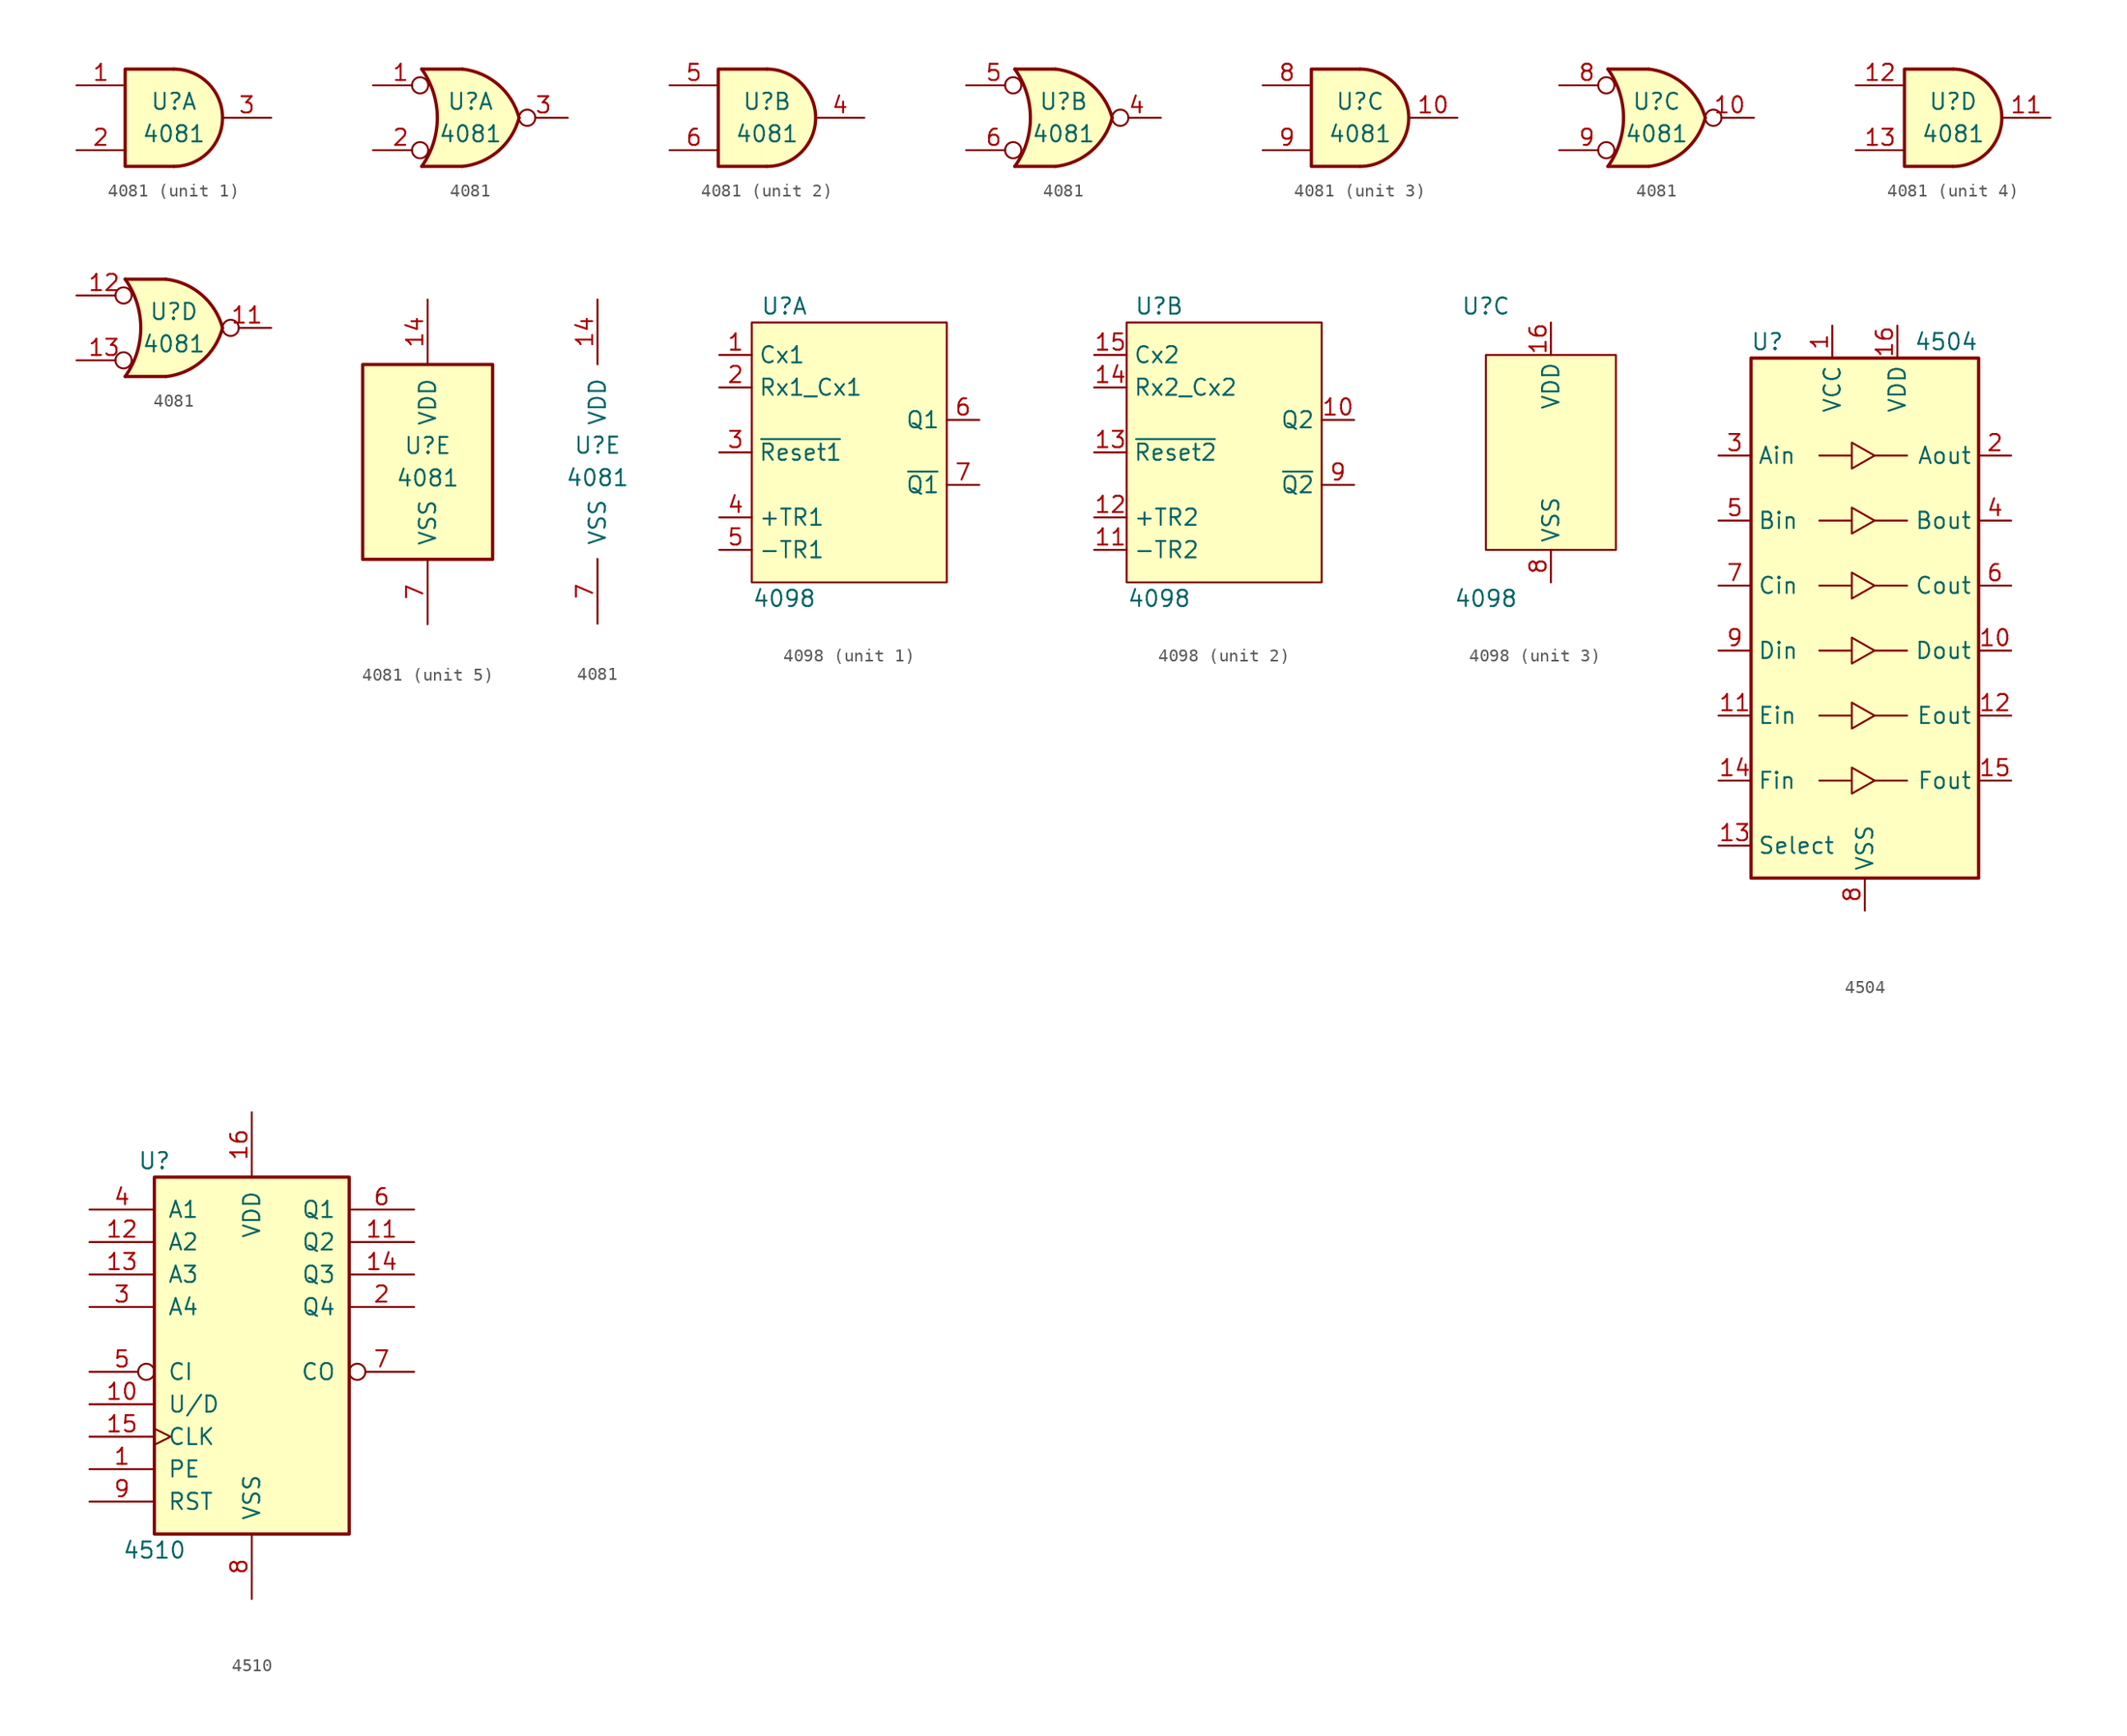
<source format=kicad_sym>
(kicad_symbol_lib
  (version 20201005)
  (generator kicad_symbol_editor)
  (symbol "4xxx:4081"
    (pin_names
      (offset 1.016))
    (property "Reference" "U"
      (at 0 1.27 0)
      (effects (font (size 1.27 1.27))))
    (property "Value" "4081"
      (at 0 -1.27 0)
      (effects (font (size 1.27 1.27))))
    (property "ki_locked" ""
      (at 0 0 0)
      (effects (font (size 1.27 1.27))))
    (symbol "4081_1_1"
      (arc (start 0 -3.81) (end 0 3.81) (radius (at 0 0) (length 3.81) (angles -89.9 89.9)) (stroke (width 0.254)) (fill (type background)))
      (polyline (pts (xy 0 3.81) (xy -3.81 3.81) (xy -3.81 -3.81) (xy 0 -3.81)) (stroke (width 0.254)) (fill (type background)))
      (pin input line (at -7.62 2.54 0) (length 3.81) (name "~" (effects (font (size 1.27 1.27)))) (number "1" (effects (font (size 1.27 1.27)))))
      (pin input line (at -7.62 -2.54 0) (length 3.81) (name "~" (effects (font (size 1.27 1.27)))) (number "2" (effects (font (size 1.27 1.27)))))
      (pin output line (at 7.62 0 180) (length 3.81) (name "~" (effects (font (size 1.27 1.27)))) (number "3" (effects (font (size 1.27 1.27))))))
    (symbol "4081_1_2"
      (arc (start -3.81 3.81) (end -3.81 -3.81) (radius (at -9.144 0) (length 6.5532) (angles 35.4 -35.4)) (stroke (width 0.254)) (fill (type none)))
      (arc (start 3.81 0) (end -0.6096 3.81) (radius (at -1.1938 -1.3208) (length 5.1816) (angles 15 83.7)) (stroke (width 0.254)) (fill (type background)))
      (arc (start 3.81 0) (end -0.6096 -3.81) (radius (at -1.1938 1.3208) (length 5.1816) (angles -15 -83.7)) (stroke (width 0.254)) (fill (type background)))
      (polyline (pts (xy -3.81 -3.81) (xy -0.635 -3.81)) (stroke (width 0.254)) (fill (type background)))
      (polyline (pts (xy -3.81 3.81) (xy -0.635 3.81)) (stroke (width 0.254)) (fill (type background)))
      (polyline (pts (xy -0.635 3.81) (xy -3.81 3.81) (xy -3.81 3.81) (xy -3.556 3.404) (xy -3.023 2.261) (xy -2.692 1.041) (xy -2.616 -0.254) (xy -2.769 -1.499) (xy -3.175 -2.718) (xy -3.81 -3.81) (xy -3.81 -3.81) (xy -0.635 -3.81)) (stroke (width -25.4)) (fill (type background)))
      (pin input inverted (at -7.62 2.54 0) (length 4.318) (name "~" (effects (font (size 1.27 1.27)))) (number "1" (effects (font (size 1.27 1.27)))))
      (pin input inverted (at -7.62 -2.54 0) (length 4.318) (name "~" (effects (font (size 1.27 1.27)))) (number "2" (effects (font (size 1.27 1.27)))))
      (pin output inverted (at 7.62 0 180) (length 3.81) (name "~" (effects (font (size 1.27 1.27)))) (number "3" (effects (font (size 1.27 1.27))))))
    (symbol "4081_2_1"
      (arc (start 0 -3.81) (end 0 3.81) (radius (at 0 0) (length 3.81) (angles -89.9 89.9)) (stroke (width 0.254)) (fill (type background)))
      (polyline (pts (xy 0 3.81) (xy -3.81 3.81) (xy -3.81 -3.81) (xy 0 -3.81)) (stroke (width 0.254)) (fill (type background)))
      (pin output line (at 7.62 0 180) (length 3.81) (name "~" (effects (font (size 1.27 1.27)))) (number "4" (effects (font (size 1.27 1.27)))))
      (pin input line (at -7.62 2.54 0) (length 3.81) (name "~" (effects (font (size 1.27 1.27)))) (number "5" (effects (font (size 1.27 1.27)))))
      (pin input line (at -7.62 -2.54 0) (length 3.81) (name "~" (effects (font (size 1.27 1.27)))) (number "6" (effects (font (size 1.27 1.27))))))
    (symbol "4081_2_2"
      (arc (start -3.81 3.81) (end -3.81 -3.81) (radius (at -9.144 0) (length 6.5532) (angles 35.4 -35.4)) (stroke (width 0.254)) (fill (type none)))
      (arc (start 3.81 0) (end -0.6096 3.81) (radius (at -1.1938 -1.3208) (length 5.1816) (angles 15 83.7)) (stroke (width 0.254)) (fill (type background)))
      (arc (start 3.81 0) (end -0.6096 -3.81) (radius (at -1.1938 1.3208) (length 5.1816) (angles -15 -83.7)) (stroke (width 0.254)) (fill (type background)))
      (polyline (pts (xy -3.81 -3.81) (xy -0.635 -3.81)) (stroke (width 0.254)) (fill (type background)))
      (polyline (pts (xy -3.81 3.81) (xy -0.635 3.81)) (stroke (width 0.254)) (fill (type background)))
      (polyline (pts (xy -0.635 3.81) (xy -3.81 3.81) (xy -3.81 3.81) (xy -3.556 3.404) (xy -3.023 2.261) (xy -2.692 1.041) (xy -2.616 -0.254) (xy -2.769 -1.499) (xy -3.175 -2.718) (xy -3.81 -3.81) (xy -3.81 -3.81) (xy -0.635 -3.81)) (stroke (width -25.4)) (fill (type background)))
      (pin output inverted (at 7.62 0 180) (length 3.81) (name "~" (effects (font (size 1.27 1.27)))) (number "4" (effects (font (size 1.27 1.27)))))
      (pin input inverted (at -7.62 2.54 0) (length 4.318) (name "~" (effects (font (size 1.27 1.27)))) (number "5" (effects (font (size 1.27 1.27)))))
      (pin input inverted (at -7.62 -2.54 0) (length 4.318) (name "~" (effects (font (size 1.27 1.27)))) (number "6" (effects (font (size 1.27 1.27))))))
    (symbol "4081_3_1"
      (arc (start 0 -3.81) (end 0 3.81) (radius (at 0 0) (length 3.81) (angles -89.9 89.9)) (stroke (width 0.254)) (fill (type background)))
      (polyline (pts (xy 0 3.81) (xy -3.81 3.81) (xy -3.81 -3.81) (xy 0 -3.81)) (stroke (width 0.254)) (fill (type background)))
      (pin output line (at 7.62 0 180) (length 3.81) (name "~" (effects (font (size 1.27 1.27)))) (number "10" (effects (font (size 1.27 1.27)))))
      (pin input line (at -7.62 2.54 0) (length 3.81) (name "~" (effects (font (size 1.27 1.27)))) (number "8" (effects (font (size 1.27 1.27)))))
      (pin input line (at -7.62 -2.54 0) (length 3.81) (name "~" (effects (font (size 1.27 1.27)))) (number "9" (effects (font (size 1.27 1.27))))))
    (symbol "4081_3_2"
      (arc (start -3.81 3.81) (end -3.81 -3.81) (radius (at -9.144 0) (length 6.5532) (angles 35.4 -35.4)) (stroke (width 0.254)) (fill (type none)))
      (arc (start 3.81 0) (end -0.6096 3.81) (radius (at -1.1938 -1.3208) (length 5.1816) (angles 15 83.7)) (stroke (width 0.254)) (fill (type background)))
      (arc (start 3.81 0) (end -0.6096 -3.81) (radius (at -1.1938 1.3208) (length 5.1816) (angles -15 -83.7)) (stroke (width 0.254)) (fill (type background)))
      (polyline (pts (xy -3.81 -3.81) (xy -0.635 -3.81)) (stroke (width 0.254)) (fill (type background)))
      (polyline (pts (xy -3.81 3.81) (xy -0.635 3.81)) (stroke (width 0.254)) (fill (type background)))
      (polyline (pts (xy -0.635 3.81) (xy -3.81 3.81) (xy -3.81 3.81) (xy -3.556 3.404) (xy -3.023 2.261) (xy -2.692 1.041) (xy -2.616 -0.254) (xy -2.769 -1.499) (xy -3.175 -2.718) (xy -3.81 -3.81) (xy -3.81 -3.81) (xy -0.635 -3.81)) (stroke (width -25.4)) (fill (type background)))
      (pin output inverted (at 7.62 0 180) (length 3.81) (name "~" (effects (font (size 1.27 1.27)))) (number "10" (effects (font (size 1.27 1.27)))))
      (pin input inverted (at -7.62 2.54 0) (length 4.318) (name "~" (effects (font (size 1.27 1.27)))) (number "8" (effects (font (size 1.27 1.27)))))
      (pin input inverted (at -7.62 -2.54 0) (length 4.318) (name "~" (effects (font (size 1.27 1.27)))) (number "9" (effects (font (size 1.27 1.27))))))
    (symbol "4081_4_1"
      (arc (start 0 -3.81) (end 0 3.81) (radius (at 0 0) (length 3.81) (angles -89.9 89.9)) (stroke (width 0.254)) (fill (type background)))
      (polyline (pts (xy 0 3.81) (xy -3.81 3.81) (xy -3.81 -3.81) (xy 0 -3.81)) (stroke (width 0.254)) (fill (type background)))
      (pin output line (at 7.62 0 180) (length 3.81) (name "~" (effects (font (size 1.27 1.27)))) (number "11" (effects (font (size 1.27 1.27)))))
      (pin input line (at -7.62 2.54 0) (length 3.81) (name "~" (effects (font (size 1.27 1.27)))) (number "12" (effects (font (size 1.27 1.27)))))
      (pin input line (at -7.62 -2.54 0) (length 3.81) (name "~" (effects (font (size 1.27 1.27)))) (number "13" (effects (font (size 1.27 1.27))))))
    (symbol "4081_4_2"
      (arc (start -3.81 3.81) (end -3.81 -3.81) (radius (at -9.144 0) (length 6.5532) (angles 35.4 -35.4)) (stroke (width 0.254)) (fill (type none)))
      (arc (start 3.81 0) (end -0.6096 3.81) (radius (at -1.1938 -1.3208) (length 5.1816) (angles 15 83.7)) (stroke (width 0.254)) (fill (type background)))
      (arc (start 3.81 0) (end -0.6096 -3.81) (radius (at -1.1938 1.3208) (length 5.1816) (angles -15 -83.7)) (stroke (width 0.254)) (fill (type background)))
      (polyline (pts (xy -3.81 -3.81) (xy -0.635 -3.81)) (stroke (width 0.254)) (fill (type background)))
      (polyline (pts (xy -3.81 3.81) (xy -0.635 3.81)) (stroke (width 0.254)) (fill (type background)))
      (polyline (pts (xy -0.635 3.81) (xy -3.81 3.81) (xy -3.81 3.81) (xy -3.556 3.404) (xy -3.023 2.261) (xy -2.692 1.041) (xy -2.616 -0.254) (xy -2.769 -1.499) (xy -3.175 -2.718) (xy -3.81 -3.81) (xy -3.81 -3.81) (xy -0.635 -3.81)) (stroke (width -25.4)) (fill (type background)))
      (pin output inverted (at 7.62 0 180) (length 3.81) (name "~" (effects (font (size 1.27 1.27)))) (number "11" (effects (font (size 1.27 1.27)))))
      (pin input inverted (at -7.62 2.54 0) (length 4.318) (name "~" (effects (font (size 1.27 1.27)))) (number "12" (effects (font (size 1.27 1.27)))))
      (pin input inverted (at -7.62 -2.54 0) (length 4.318) (name "~" (effects (font (size 1.27 1.27)))) (number "13" (effects (font (size 1.27 1.27))))))
    (symbol "4081_5_0"
      (pin power_in line (at 0 12.7 270) (length 5.08) (name "VDD" (effects (font (size 1.27 1.27)))) (number "14" (effects (font (size 1.27 1.27)))))
      (pin power_in line (at 0 -12.7 90) (length 5.08) (name "VSS" (effects (font (size 1.27 1.27)))) (number "7" (effects (font (size 1.27 1.27))))))
    (symbol "4081_5_1"
      (rectangle (start -5.08 7.62) (end 5.08 -7.62) (stroke (width 0.254)) (fill (type background)))))
  (symbol "4xxx:4098"
    (property "Reference" "U"
      (at -5.08 11.43 0)
      (effects (font (size 1.27 1.27))))
    (property "Value" "4098"
      (at -5.08 -11.43 0)
      (effects (font (size 1.27 1.27))))
    (symbol "4098_1_1"
      (rectangle (start -7.62 10.16) (end 7.62 -10.16) (stroke (width 0)) (fill (type background)))
      (pin input line (at -10.16 7.62 0) (length 2.54) (name "Cx1" (effects (font (size 1.27 1.27)))) (number "1" (effects (font (size 1.27 1.27)))))
      (pin input line (at -10.16 5.08 0) (length 2.54) (name "Rx1_Cx1" (effects (font (size 1.27 1.27)))) (number "2" (effects (font (size 1.27 1.27)))))
      (pin input line (at -10.16 0 0) (length 2.54) (name "~Reset1" (effects (font (size 1.27 1.27)))) (number "3" (effects (font (size 1.27 1.27)))))
      (pin input line (at -10.16 -5.08 0) (length 2.54) (name "+TR1" (effects (font (size 1.27 1.27)))) (number "4" (effects (font (size 1.27 1.27)))))
      (pin input line (at -10.16 -7.62 0) (length 2.54) (name "-TR1" (effects (font (size 1.27 1.27)))) (number "5" (effects (font (size 1.27 1.27)))))
      (pin output line (at 10.16 2.54 180) (length 2.54) (name "Q1" (effects (font (size 1.27 1.27)))) (number "6" (effects (font (size 1.27 1.27)))))
      (pin output line (at 10.16 -2.54 180) (length 2.54) (name "~Q1" (effects (font (size 1.27 1.27)))) (number "7" (effects (font (size 1.27 1.27))))))
    (symbol "4098_2_1"
      (rectangle (start -7.62 10.16) (end 7.62 -10.16) (stroke (width 0)) (fill (type background)))
      (pin output line (at 10.16 2.54 180) (length 2.54) (name "Q2" (effects (font (size 1.27 1.27)))) (number "10" (effects (font (size 1.27 1.27)))))
      (pin input line (at -10.16 -7.62 0) (length 2.54) (name "-TR2" (effects (font (size 1.27 1.27)))) (number "11" (effects (font (size 1.27 1.27)))))
      (pin input line (at -10.16 -5.08 0) (length 2.54) (name "+TR2" (effects (font (size 1.27 1.27)))) (number "12" (effects (font (size 1.27 1.27)))))
      (pin input line (at -10.16 0 0) (length 2.54) (name "~Reset2" (effects (font (size 1.27 1.27)))) (number "13" (effects (font (size 1.27 1.27)))))
      (pin input line (at -10.16 5.08 0) (length 2.54) (name "Rx2_Cx2" (effects (font (size 1.27 1.27)))) (number "14" (effects (font (size 1.27 1.27)))))
      (pin input line (at -10.16 7.62 0) (length 2.54) (name "Cx2" (effects (font (size 1.27 1.27)))) (number "15" (effects (font (size 1.27 1.27)))))
      (pin output line (at 10.16 -2.54 180) (length 2.54) (name "~Q2" (effects (font (size 1.27 1.27)))) (number "9" (effects (font (size 1.27 1.27))))))
    (symbol "4098_3_1"
      (rectangle (start -5.08 7.62) (end 5.08 -7.62) (stroke (width 0)) (fill (type background)))
      (pin power_in line (at 0 10.16 270) (length 2.54) (name "VDD" (effects (font (size 1.27 1.27)))) (number "16" (effects (font (size 1.27 1.27)))))
      (pin power_in line (at 0 -10.16 90) (length 2.54) (name "VSS" (effects (font (size 1.27 1.27)))) (number "8" (effects (font (size 1.27 1.27)))))))
  (symbol "4xxx:4504"
    (property "Reference" "U"
      (at -7.62 21.59 0)
      (effects (font (size 1.27 1.27))))
    (property "Value" "4504"
      (at 6.35 21.59 0)
      (effects (font (size 1.27 1.27))))
    (symbol "4504_0_1"
      (polyline (pts (xy -3.556 -12.7) (xy -1.016 -12.7)) (stroke (width 0)) (fill (type none)))
      (polyline (pts (xy -3.556 -7.62) (xy -1.016 -7.62)) (stroke (width 0)) (fill (type none)))
      (polyline (pts (xy -3.556 -2.54) (xy -1.016 -2.54)) (stroke (width 0)) (fill (type none)))
      (polyline (pts (xy -3.556 2.54) (xy -1.016 2.54)) (stroke (width 0)) (fill (type none)))
      (polyline (pts (xy -3.556 7.62) (xy -1.016 7.62)) (stroke (width 0)) (fill (type none)))
      (polyline (pts (xy -3.556 12.7) (xy -1.016 12.7)) (stroke (width 0)) (fill (type none)))
      (polyline (pts (xy 0.762 -12.7) (xy 3.302 -12.7)) (stroke (width 0)) (fill (type none)))
      (polyline (pts (xy 0.762 -7.62) (xy 3.302 -7.62)) (stroke (width 0)) (fill (type none)))
      (polyline (pts (xy 0.762 -2.54) (xy 3.302 -2.54)) (stroke (width 0)) (fill (type none)))
      (polyline (pts (xy 0.762 2.54) (xy 3.302 2.54)) (stroke (width 0)) (fill (type none)))
      (polyline (pts (xy 0.762 7.62) (xy 3.302 7.62)) (stroke (width 0)) (fill (type none)))
      (polyline (pts (xy 0.762 12.7) (xy 3.302 12.7)) (stroke (width 0)) (fill (type none))))
    (symbol "4504_1_1"
      (rectangle (start -8.89 20.32) (end 8.89 -20.32) (stroke (width 0.254)) (fill (type background)))
      (polyline (pts (xy 0.762 -12.7) (xy -1.016 -13.716) (xy -1.016 -11.684) (xy 0.762 -12.7)) (stroke (width 0)) (fill (type none)))
      (polyline (pts (xy 0.762 -7.62) (xy -1.016 -8.636) (xy -1.016 -6.604) (xy 0.762 -7.62)) (stroke (width 0)) (fill (type none)))
      (polyline (pts (xy 0.762 -2.54) (xy -1.016 -3.556) (xy -1.016 -1.524) (xy 0.762 -2.54)) (stroke (width 0)) (fill (type none)))
      (polyline (pts (xy 0.762 2.54) (xy -1.016 1.524) (xy -1.016 3.556) (xy 0.762 2.54)) (stroke (width 0)) (fill (type none)))
      (polyline (pts (xy 0.762 7.62) (xy -1.016 6.604) (xy -1.016 8.636) (xy 0.762 7.62)) (stroke (width 0)) (fill (type none)))
      (polyline (pts (xy 0.762 12.7) (xy -1.016 11.684) (xy -1.016 13.716) (xy 0.762 12.7)) (stroke (width 0)) (fill (type none)))
      (pin power_in line (at -2.54 22.86 270) (length 2.54) (name "VCC" (effects (font (size 1.27 1.27)))) (number "1" (effects (font (size 1.27 1.27)))))
      (pin output line (at 11.43 -2.54 180) (length 2.54) (name "Dout" (effects (font (size 1.27 1.27)))) (number "10" (effects (font (size 1.27 1.27)))))
      (pin input line (at -11.43 -7.62 0) (length 2.54) (name "Ein" (effects (font (size 1.27 1.27)))) (number "11" (effects (font (size 1.27 1.27)))))
      (pin output line (at 11.43 -7.62 180) (length 2.54) (name "Eout" (effects (font (size 1.27 1.27)))) (number "12" (effects (font (size 1.27 1.27)))))
      (pin input line (at -11.43 -17.78 0) (length 2.54) (name "Select" (effects (font (size 1.27 1.27)))) (number "13" (effects (font (size 1.27 1.27)))))
      (pin input line (at -11.43 -12.7 0) (length 2.54) (name "Fin" (effects (font (size 1.27 1.27)))) (number "14" (effects (font (size 1.27 1.27)))))
      (pin output line (at 11.43 -12.7 180) (length 2.54) (name "Fout" (effects (font (size 1.27 1.27)))) (number "15" (effects (font (size 1.27 1.27)))))
      (pin power_in line (at 2.54 22.86 270) (length 2.54) (name "VDD" (effects (font (size 1.27 1.27)))) (number "16" (effects (font (size 1.27 1.27)))))
      (pin output line (at 11.43 12.7 180) (length 2.54) (name "Aout" (effects (font (size 1.27 1.27)))) (number "2" (effects (font (size 1.27 1.27)))))
      (pin input line (at -11.43 12.7 0) (length 2.54) (name "Ain" (effects (font (size 1.27 1.27)))) (number "3" (effects (font (size 1.27 1.27)))))
      (pin output line (at 11.43 7.62 180) (length 2.54) (name "Bout" (effects (font (size 1.27 1.27)))) (number "4" (effects (font (size 1.27 1.27)))))
      (pin input line (at -11.43 7.62 0) (length 2.54) (name "Bin" (effects (font (size 1.27 1.27)))) (number "5" (effects (font (size 1.27 1.27)))))
      (pin output line (at 11.43 2.54 180) (length 2.54) (name "Cout" (effects (font (size 1.27 1.27)))) (number "6" (effects (font (size 1.27 1.27)))))
      (pin input line (at -11.43 2.54 0) (length 2.54) (name "Cin" (effects (font (size 1.27 1.27)))) (number "7" (effects (font (size 1.27 1.27)))))
      (pin power_in line (at 0 -22.86 90) (length 2.54) (name "VSS" (effects (font (size 1.27 1.27)))) (number "8" (effects (font (size 1.27 1.27)))))
      (pin input line (at -11.43 -2.54 0) (length 2.54) (name "Din" (effects (font (size 1.27 1.27)))) (number "9" (effects (font (size 1.27 1.27)))))))
  (symbol "4xxx:4510"
    (pin_names
      (offset 1.016))
    (property "Reference" "U"
      (at -7.62 13.97 0)
      (effects (font (size 1.27 1.27))))
    (property "Value" "4510"
      (at -7.62 -16.51 0)
      (effects (font (size 1.27 1.27))))
    (property "ki_locked" ""
      (at 0 0 0)
      (effects (font (size 1.27 1.27))))
    (symbol "4510_1_0"
      (pin input line (at -12.7 -10.16 0) (length 5.08) (name "PE" (effects (font (size 1.27 1.27)))) (number "1" (effects (font (size 1.27 1.27)))))
      (pin input line (at -12.7 -5.08 0) (length 5.08) (name "U/D" (effects (font (size 1.27 1.27)))) (number "10" (effects (font (size 1.27 1.27)))))
      (pin output line (at 12.7 7.62 180) (length 5.08) (name "Q2" (effects (font (size 1.27 1.27)))) (number "11" (effects (font (size 1.27 1.27)))))
      (pin input line (at -12.7 7.62 0) (length 5.08) (name "A2" (effects (font (size 1.27 1.27)))) (number "12" (effects (font (size 1.27 1.27)))))
      (pin input line (at -12.7 5.08 0) (length 5.08) (name "A3" (effects (font (size 1.27 1.27)))) (number "13" (effects (font (size 1.27 1.27)))))
      (pin output line (at 12.7 5.08 180) (length 5.08) (name "Q3" (effects (font (size 1.27 1.27)))) (number "14" (effects (font (size 1.27 1.27)))))
      (pin input clock (at -12.7 -7.62 0) (length 5.08) (name "CLK" (effects (font (size 1.27 1.27)))) (number "15" (effects (font (size 1.27 1.27)))))
      (pin power_in line (at 0 17.78 270) (length 5.08) (name "VDD" (effects (font (size 1.27 1.27)))) (number "16" (effects (font (size 1.27 1.27)))))
      (pin output line (at 12.7 2.54 180) (length 5.08) (name "Q4" (effects (font (size 1.27 1.27)))) (number "2" (effects (font (size 1.27 1.27)))))
      (pin input line (at -12.7 2.54 0) (length 5.08) (name "A4" (effects (font (size 1.27 1.27)))) (number "3" (effects (font (size 1.27 1.27)))))
      (pin input line (at -12.7 10.16 0) (length 5.08) (name "A1" (effects (font (size 1.27 1.27)))) (number "4" (effects (font (size 1.27 1.27)))))
      (pin input inverted (at -12.7 -2.54 0) (length 5.08) (name "CI" (effects (font (size 1.27 1.27)))) (number "5" (effects (font (size 1.27 1.27)))))
      (pin output line (at 12.7 10.16 180) (length 5.08) (name "Q1" (effects (font (size 1.27 1.27)))) (number "6" (effects (font (size 1.27 1.27)))))
      (pin output inverted (at 12.7 -2.54 180) (length 5.08) (name "CO" (effects (font (size 1.27 1.27)))) (number "7" (effects (font (size 1.27 1.27)))))
      (pin power_in line (at 0 -20.32 90) (length 5.08) (name "VSS" (effects (font (size 1.27 1.27)))) (number "8" (effects (font (size 1.27 1.27)))))
      (pin input line (at -12.7 -12.7 0) (length 5.08) (name "RST" (effects (font (size 1.27 1.27)))) (number "9" (effects (font (size 1.27 1.27))))))
    (symbol "4510_1_1"
      (rectangle (start -7.62 12.7) (end 7.62 -15.24) (stroke (width 0.254)) (fill (type background))))))
</source>
